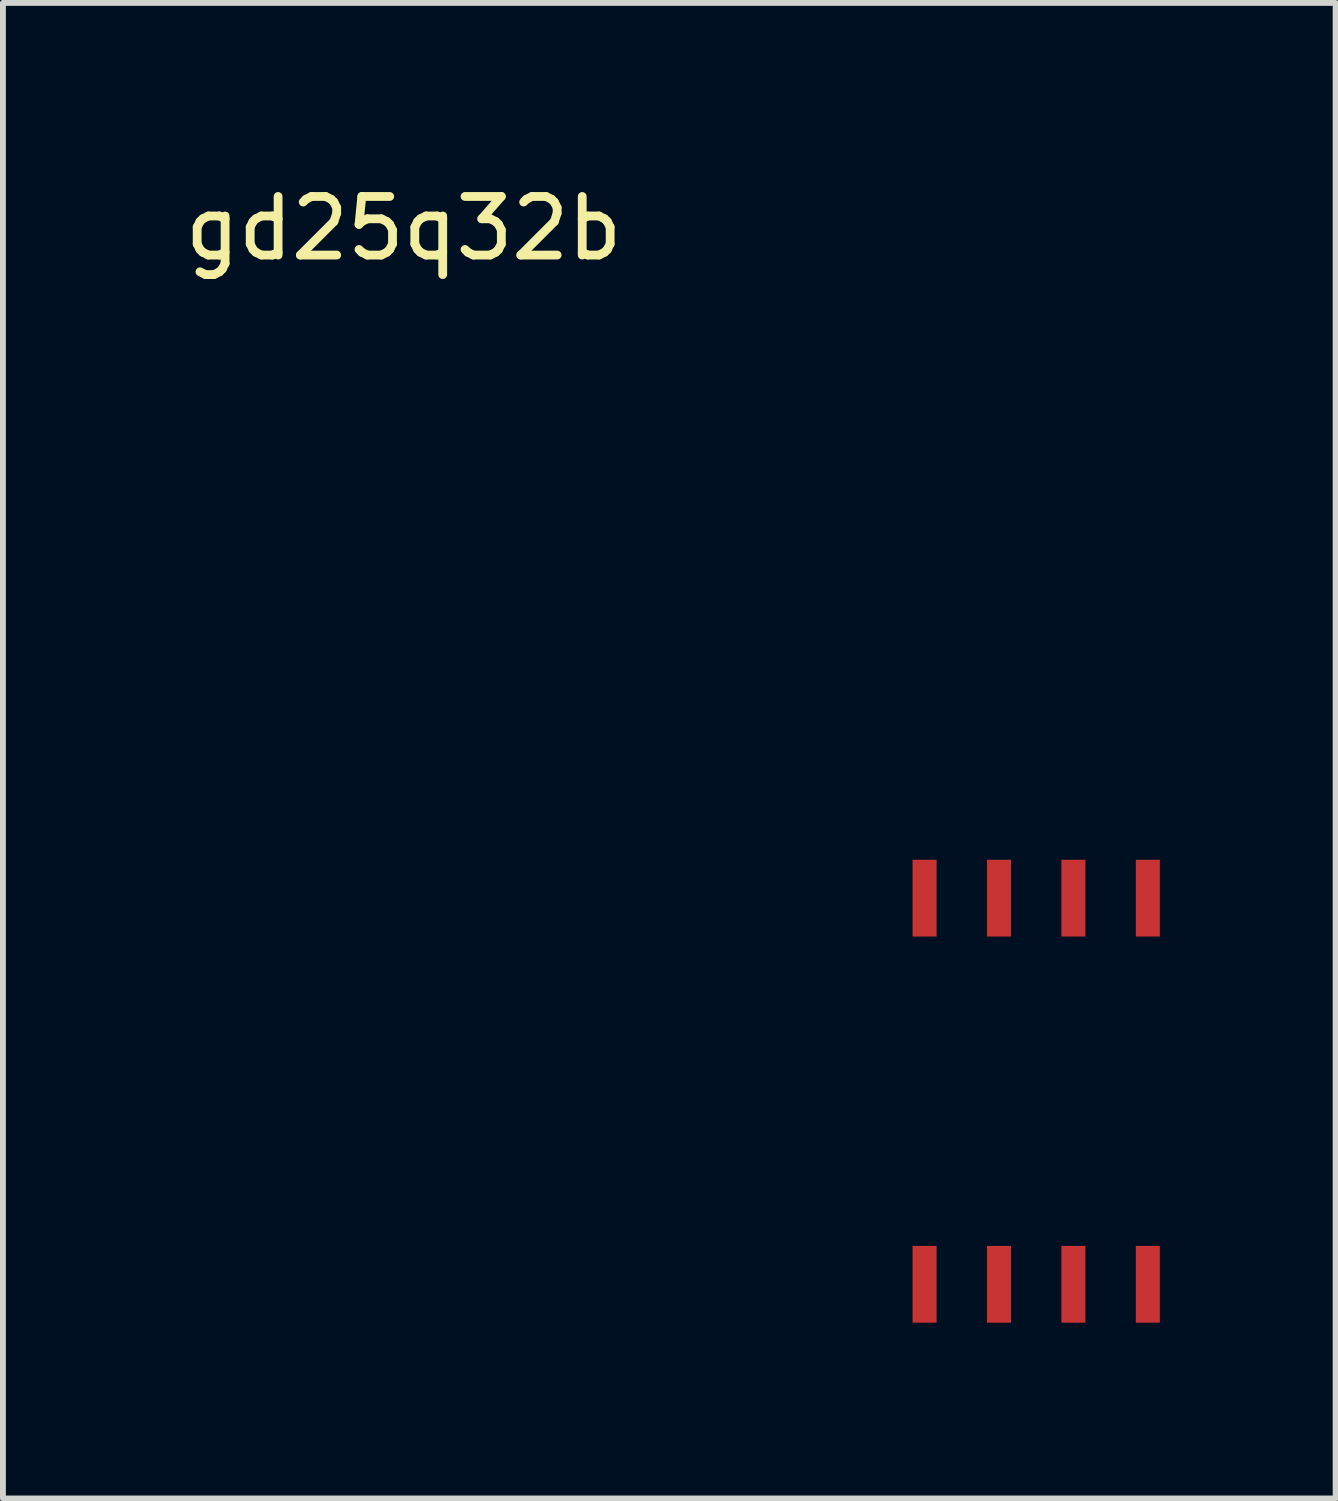
<source format=kicad_pcb>
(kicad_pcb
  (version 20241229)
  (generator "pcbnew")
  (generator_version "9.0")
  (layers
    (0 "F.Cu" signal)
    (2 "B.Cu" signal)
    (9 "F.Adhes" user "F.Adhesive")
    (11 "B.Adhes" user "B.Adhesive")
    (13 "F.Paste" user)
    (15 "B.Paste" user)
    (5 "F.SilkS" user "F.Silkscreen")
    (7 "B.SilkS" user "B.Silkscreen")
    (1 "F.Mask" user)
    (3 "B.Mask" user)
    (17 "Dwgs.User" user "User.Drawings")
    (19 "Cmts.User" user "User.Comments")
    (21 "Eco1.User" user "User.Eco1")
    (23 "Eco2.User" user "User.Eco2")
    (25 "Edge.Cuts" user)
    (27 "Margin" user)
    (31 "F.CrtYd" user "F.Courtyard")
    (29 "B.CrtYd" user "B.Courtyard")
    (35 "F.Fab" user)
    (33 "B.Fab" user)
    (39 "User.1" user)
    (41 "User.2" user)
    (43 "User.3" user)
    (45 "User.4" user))
  (footprint "gd25q32b"
    (layer "F.Cu")
    (at 12.729 12.278)
    (property "Reference" "gd25q32b" (at -8.89 -11.43 0) (layer "F.SilkS") (effects (font (size 1 1) (thickness 0.15))))
    (attr through_hole)
    (pad "1" smd rect (at 0 6.59) (size 0.41 1.31) (layers "F.Cu" "F.Mask" "F.Paste"))
    (pad "2" smd rect (at 1.27 6.59) (size 0.41 1.31) (layers "F.Cu" "F.Mask" "F.Paste"))
    (pad "3" smd rect (at 2.54 6.59) (size 0.41 1.31) (layers "F.Cu" "F.Mask" "F.Paste"))
    (pad "4" smd rect (at 3.81 6.59) (size 0.41 1.31) (layers "F.Cu" "F.Mask" "F.Paste"))
    (pad "5" smd rect (at 3.81 0) (size 0.41 1.31) (layers "F.Cu" "F.Mask" "F.Paste"))
    (pad "6" smd rect (at 2.54 0) (size 0.41 1.31) (layers "F.Cu" "F.Mask" "F.Paste"))
    (pad "7" smd rect (at 1.27 0) (size 0.41 1.31) (layers "F.Cu" "F.Mask" "F.Paste"))
    (pad "8" smd rect (at 0 0) (size 0.41 1.31) (layers "F.Cu" "F.Mask" "F.Paste")))
  (gr_rect
    (start -3 -3)
    (end 19.744 22.523)
    (stroke (width 0.1) (type default))
    (fill no)
    (layer "Edge.Cuts")))
</source>
